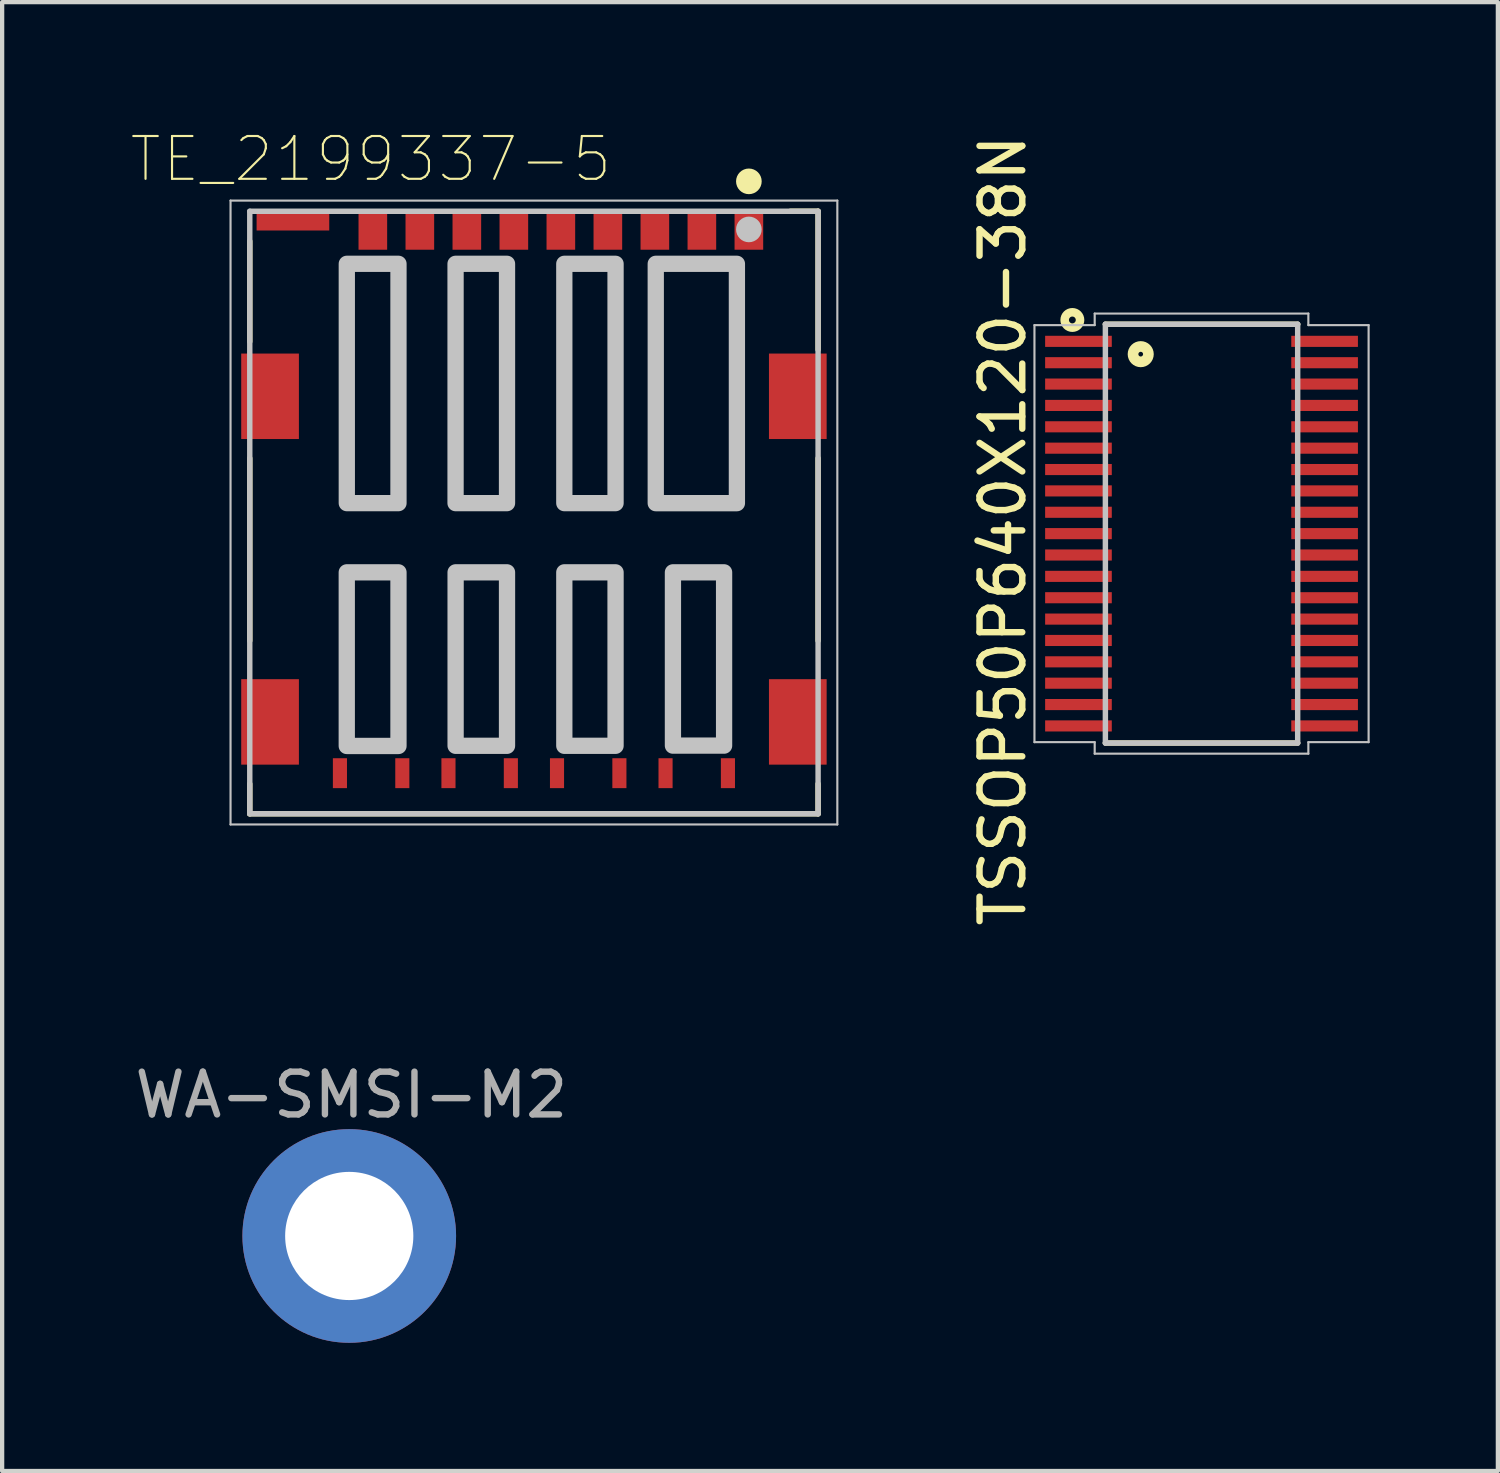
<source format=kicad_pcb>
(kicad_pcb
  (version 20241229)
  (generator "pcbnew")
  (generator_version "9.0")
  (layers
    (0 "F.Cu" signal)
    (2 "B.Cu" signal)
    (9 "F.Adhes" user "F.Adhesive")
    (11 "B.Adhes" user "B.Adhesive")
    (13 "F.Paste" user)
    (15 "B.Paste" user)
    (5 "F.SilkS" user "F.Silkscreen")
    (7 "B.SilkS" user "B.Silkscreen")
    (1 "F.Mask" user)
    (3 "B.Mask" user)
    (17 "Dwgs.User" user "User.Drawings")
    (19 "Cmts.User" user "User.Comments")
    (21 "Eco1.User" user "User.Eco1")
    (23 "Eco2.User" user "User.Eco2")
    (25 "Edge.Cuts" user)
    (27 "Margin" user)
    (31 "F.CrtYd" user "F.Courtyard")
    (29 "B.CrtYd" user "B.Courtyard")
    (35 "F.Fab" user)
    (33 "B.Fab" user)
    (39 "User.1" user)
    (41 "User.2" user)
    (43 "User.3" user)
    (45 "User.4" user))
  (footprint "TE_2199337-5"
    (layer "F.Cu")
    (at 9.445 8.944)
    (property "Reference" "TE_2199337-5" (at -3.817 -8.27 0) (layer "F.SilkS") (effects (font (size 1.002 1.002) (thickness 0.05))))
    (attr smd)
    (fp_poly (pts (xy -6.49 -7.1) (xy -4.79 -7.1) (xy -4.79 -6.6) (xy -6.49 -6.6)) (stroke (width 0.0001) (type solid)) (fill yes) (layer "F.Cu"))
    (fp_poly (pts (xy -4.705 5.75) (xy -4.375 5.75) (xy -4.375 6.45) (xy -4.705 6.45)) (stroke (width 0.0001) (type solid)) (fill yes) (layer "F.Cu"))
    (fp_poly (pts (xy -3.245 5.75) (xy -2.915 5.75) (xy -2.915 6.45) (xy -3.245 6.45)) (stroke (width 0.0001) (type solid)) (fill yes) (layer "F.Cu"))
    (fp_poly (pts (xy -2.165 5.75) (xy -1.835 5.75) (xy -1.835 6.45) (xy -2.165 6.45)) (stroke (width 0.0001) (type solid)) (fill yes) (layer "F.Cu"))
    (fp_poly (pts (xy -0.705 5.75) (xy -0.375 5.75) (xy -0.375 6.45) (xy -0.705 6.45)) (stroke (width 0.0001) (type solid)) (fill yes) (layer "F.Cu"))
    (fp_poly (pts (xy 0.375 5.75) (xy 0.705 5.75) (xy 0.705 6.45) (xy 0.375 6.45)) (stroke (width 0.0001) (type solid)) (fill yes) (layer "F.Cu"))
    (fp_poly (pts (xy 1.835 5.75) (xy 2.165 5.75) (xy 2.165 6.45) (xy 1.835 6.45)) (stroke (width 0.0001) (type solid)) (fill yes) (layer "F.Cu"))
    (fp_poly (pts (xy 2.915 5.75) (xy 3.245 5.75) (xy 3.245 6.45) (xy 2.915 6.45)) (stroke (width 0.0001) (type solid)) (fill yes) (layer "F.Cu"))
    (fp_poly (pts (xy 4.375 5.75) (xy 4.705 5.75) (xy 4.705 6.45) (xy 4.375 6.45)) (stroke (width 0.0001) (type solid)) (fill yes) (layer "F.Cu"))
    (fp_poly (pts (xy -6.605 -7.2) (xy -4.69 -7.2) (xy -4.69 -6.514) (xy -6.605 -6.514)) (stroke (width 0.381) (type solid)) (fill yes) (layer "F.Mask"))
    (fp_poly (pts (xy -4.813 5.65) (xy -4.275 5.65) (xy -4.275 6.561) (xy -4.813 6.561)) (stroke (width 0.381) (type solid)) (fill yes) (layer "F.Mask"))
    (fp_poly (pts (xy -3.349 5.65) (xy -2.815 5.65) (xy -2.815 6.559) (xy -3.349 6.559)) (stroke (width 0.381) (type solid)) (fill yes) (layer "F.Mask"))
    (fp_poly (pts (xy -2.269 5.65) (xy -1.735 5.65) (xy -1.735 6.562) (xy -2.269 6.562)) (stroke (width 0.381) (type solid)) (fill yes) (layer "F.Mask"))
    (fp_poly (pts (xy -0.806 5.65) (xy -0.275 5.65) (xy -0.275 6.557) (xy -0.806 6.557)) (stroke (width 0.381) (type solid)) (fill yes) (layer "F.Mask"))
    (fp_poly (pts (xy 0.276 5.65) (xy 0.805 5.65) (xy 0.805 6.574) (xy 0.276 6.574)) (stroke (width 0.381) (type solid)) (fill yes) (layer "F.Mask"))
    (fp_poly (pts (xy 1.738 5.65) (xy 2.265 5.65) (xy 2.265 6.561) (xy 1.738 6.561)) (stroke (width 0.381) (type solid)) (fill yes) (layer "F.Mask"))
    (fp_poly (pts (xy 2.818 5.65) (xy 3.345 5.65) (xy 3.345 6.558) (xy 2.818 6.558)) (stroke (width 0.381) (type solid)) (fill yes) (layer "F.Mask"))
    (fp_poly (pts (xy 4.28 5.65) (xy 4.805 5.65) (xy 4.805 6.557) (xy 4.28 6.557)) (stroke (width 0.381) (type solid)) (fill yes) (layer "F.Mask"))
    (fp_line (start -6.65 -4) (end -6.65 -6.35) (stroke (width 0.127) (type solid)) (layer "F.SilkS"))
    (fp_line (start -6.65 3) (end -6.65 -1.27) (stroke (width 0.127) (type solid)) (layer "F.SilkS"))
    (fp_line (start -6.65 7.05) (end -6.65 6.35) (stroke (width 0.127) (type solid)) (layer "F.SilkS"))
    (fp_line (start -6.65 7.05) (end 6.65 7.05) (stroke (width 0.127) (type solid)) (layer "F.SilkS"))
    (fp_line (start 6.65 -7.05) (end 6 -7.05) (stroke (width 0.127) (type solid)) (layer "F.SilkS"))
    (fp_line (start 6.65 -3.81) (end 6.65 -7.05) (stroke (width 0.127) (type solid)) (layer "F.SilkS"))
    (fp_line (start 6.65 3) (end 6.65 -1.27) (stroke (width 0.127) (type solid)) (layer "F.SilkS"))
    (fp_line (start 6.65 7.05) (end 6.65 6.35) (stroke (width 0.127) (type solid)) (layer "F.SilkS"))
    (fp_circle (center 5.03 -7.75) (end 5.18 -7.75) (stroke (width 0.3) (type solid)) (fill no) (layer "F.SilkS"))
    (fp_poly (pts (xy -6.49 -7.1) (xy -4.79 -7.1) (xy -4.79 -6.6) (xy -6.49 -6.6)) (stroke (width 0.0001) (type solid)) (fill yes) (layer "F.Paste"))
    (fp_poly (pts (xy -4.705 5.75) (xy -4.375 5.75) (xy -4.375 6.45) (xy -4.705 6.45)) (stroke (width 0.0001) (type solid)) (fill yes) (layer "F.Paste"))
    (fp_poly (pts (xy -3.245 5.75) (xy -2.915 5.75) (xy -2.915 6.45) (xy -3.245 6.45)) (stroke (width 0.0001) (type solid)) (fill yes) (layer "F.Paste"))
    (fp_poly (pts (xy -2.165 5.75) (xy -1.835 5.75) (xy -1.835 6.45) (xy -2.165 6.45)) (stroke (width 0.0001) (type solid)) (fill yes) (layer "F.Paste"))
    (fp_poly (pts (xy -0.705 5.75) (xy -0.375 5.75) (xy -0.375 6.45) (xy -0.705 6.45)) (stroke (width 0.0001) (type solid)) (fill yes) (layer "F.Paste"))
    (fp_poly (pts (xy 0.375 5.75) (xy 0.705 5.75) (xy 0.705 6.45) (xy 0.375 6.45)) (stroke (width 0.0001) (type solid)) (fill yes) (layer "F.Paste"))
    (fp_poly (pts (xy 1.835 5.75) (xy 2.165 5.75) (xy 2.165 6.45) (xy 1.835 6.45)) (stroke (width 0.0001) (type solid)) (fill yes) (layer "F.Paste"))
    (fp_poly (pts (xy 2.915 5.75) (xy 3.245 5.75) (xy 3.245 6.45) (xy 2.915 6.45)) (stroke (width 0.0001) (type solid)) (fill yes) (layer "F.Paste"))
    (fp_poly (pts (xy 4.375 5.75) (xy 4.705 5.75) (xy 4.705 6.45) (xy 4.375 6.45)) (stroke (width 0.0001) (type solid)) (fill yes) (layer "F.Paste"))
    (fp_line (start -7.1 -7.3) (end 7.1 -7.3) (stroke (width 0.05) (type solid)) (layer "Dwgs.User"))
    (fp_line (start -7.1 7.3) (end -7.1 -7.3) (stroke (width 0.05) (type solid)) (layer "Dwgs.User"))
    (fp_line (start -6.65 -7.05) (end 6.65 -7.05) (stroke (width 0.127) (type solid)) (layer "Dwgs.User"))
    (fp_line (start -6.65 7.05) (end -6.65 -7.05) (stroke (width 0.127) (type solid)) (layer "Dwgs.User"))
    (fp_line (start 6.65 -7.05) (end 6.65 7.05) (stroke (width 0.127) (type solid)) (layer "Dwgs.User"))
    (fp_line (start 6.65 7.05) (end -6.65 7.05) (stroke (width 0.127) (type solid)) (layer "Dwgs.User"))
    (fp_line (start 7.1 -7.3) (end 7.1 7.3) (stroke (width 0.05) (type solid)) (layer "Dwgs.User"))
    (fp_line (start 7.1 7.3) (end -7.1 7.3) (stroke (width 0.05) (type solid)) (layer "Dwgs.User"))
    (fp_circle (center 5.03 -6.625) (end 5.18 -6.625) (stroke (width 0.3) (type solid)) (fill no) (layer "Dwgs.User"))
    (fp_poly (pts (xy -4.38 1.4) (xy -3.17 1.4) (xy -3.17 5.463) (xy -4.38 5.463)) (stroke (width 0.381) (type solid)) (fill no) (layer "Dwgs.User"))
    (fp_poly (pts (xy -4.379 -5.82) (xy -3.17 -5.82) (xy -3.17 -0.22) (xy -4.379 -0.22)) (stroke (width 0.381) (type solid)) (fill no) (layer "Dwgs.User"))
    (fp_poly (pts (xy -1.834 -5.82) (xy -0.63 -5.82) (xy -0.63 -0.22) (xy -1.834 -0.22)) (stroke (width 0.381) (type solid)) (fill no) (layer "Dwgs.User"))
    (fp_poly (pts (xy -1.833 1.4) (xy -0.63 1.4) (xy -0.63 5.459) (xy -1.833 5.459)) (stroke (width 0.381) (type solid)) (fill no) (layer "Dwgs.User"))
    (fp_poly (pts (xy 0.711 -5.82) (xy 1.91 -5.82) (xy 1.91 -0.22) (xy 0.711 -0.22)) (stroke (width 0.381) (type solid)) (fill no) (layer "Dwgs.User"))
    (fp_poly (pts (xy 0.711 1.4) (xy 1.91 1.4) (xy 1.91 5.459) (xy 0.711 5.459)) (stroke (width 0.381) (type solid)) (fill no) (layer "Dwgs.User"))
    (fp_poly (pts (xy 2.851 -5.82) (xy 4.75 -5.82) (xy 4.75 -0.219) (xy 2.851 -0.219)) (stroke (width 0.381) (type solid)) (fill no) (layer "Dwgs.User"))
    (fp_poly (pts (xy 3.253 1.4) (xy 4.45 1.4) (xy 4.45 5.455) (xy 3.253 5.455)) (stroke (width 0.381) (type solid)) (fill no) (layer "Dwgs.User"))
    (pad "1" smd rect (at 5.03 -6.625) (size 0.67 0.95) (layers "F.Cu" "F.Mask" "F.Paste"))
    (pad "2" smd rect (at 1.73 -6.625) (size 0.67 0.95) (layers "F.Cu" "F.Mask" "F.Paste"))
    (pad "3" smd rect (at -0.47 -6.625) (size 0.67 0.95) (layers "F.Cu" "F.Mask" "F.Paste"))
    (pad "4" smd rect (at -2.67 -6.625) (size 0.67 0.95) (layers "F.Cu" "F.Mask" "F.Paste"))
    (pad "5" smd rect (at -6.175 -2.72) (size 1.35 2) (layers "F.Cu" "F.Mask" "F.Paste"))
    (pad "5" smd rect (at -6.175 4.9) (size 1.35 2) (layers "F.Cu" "F.Mask" "F.Paste"))
    (pad "5" smd rect (at 3.93 -6.625) (size 0.67 0.95) (layers "F.Cu" "F.Mask" "F.Paste"))
    (pad "5" smd rect (at 6.175 -2.72) (size 1.35 2) (layers "F.Cu" "F.Mask" "F.Paste"))
    (pad "5" smd rect (at 6.175 4.9) (size 1.35 2) (layers "F.Cu" "F.Mask" "F.Paste"))
    (pad "6" smd rect (at 0.63 -6.625) (size 0.67 0.95) (layers "F.Cu" "F.Mask" "F.Paste"))
    (pad "7" smd rect (at -1.57 -6.625) (size 0.67 0.95) (layers "F.Cu" "F.Mask" "F.Paste"))
    (pad "8" smd rect (at -3.77 -6.625) (size 0.67 0.95) (layers "F.Cu" "F.Mask" "F.Paste"))
    (pad "9" smd rect (at 2.83 -6.625) (size 0.67 0.95) (layers "F.Cu" "F.Mask" "F.Paste")))
  (footprint "TSSOP50P640X120-38N"
    (layer "F.Cu")
    (at 25.068 9.438)
    (property "Reference" "TSSOP50P640X120-38N" (at -4.65 -0.075 90) (layer "F.SilkS") (effects (font (size 1 1) (thickness 0.15))))
    (attr smd)
    (fp_line (start -2.25 -4.9) (end 2.25 -4.9) (stroke (width 0.127) (type solid)) (layer "F.SilkS"))
    (fp_line (start 2.25 4.9) (end -2.25 4.9) (stroke (width 0.127) (type solid)) (layer "F.SilkS"))
    (fp_circle (center -3.023 -5) (end -2.943 -5) (stroke (width 0.2) (type solid)) (fill no) (layer "F.SilkS"))
    (fp_circle (center -1.423 -4.2) (end -1.243 -4.2) (stroke (width 0.25) (type solid)) (fill no) (layer "F.SilkS"))
    (fp_line (start -3.91 -4.88) (end -2.5 -4.88) (stroke (width 0.05) (type solid)) (layer "Dwgs.User"))
    (fp_line (start -3.91 4.88) (end -3.91 -4.88) (stroke (width 0.05) (type solid)) (layer "Dwgs.User"))
    (fp_line (start -2.5 -5.15) (end 2.5 -5.15) (stroke (width 0.05) (type solid)) (layer "Dwgs.User"))
    (fp_line (start -2.5 -4.88) (end -2.5 -5.15) (stroke (width 0.05) (type solid)) (layer "Dwgs.User"))
    (fp_line (start -2.5 4.88) (end -3.91 4.88) (stroke (width 0.05) (type solid)) (layer "Dwgs.User"))
    (fp_line (start -2.5 5.15) (end -2.5 4.88) (stroke (width 0.05) (type solid)) (layer "Dwgs.User"))
    (fp_line (start -2.25 -4.9) (end 2.25 -4.9) (stroke (width 0.127) (type solid)) (layer "Dwgs.User"))
    (fp_line (start -2.25 4.9) (end -2.25 -4.9) (stroke (width 0.127) (type solid)) (layer "Dwgs.User"))
    (fp_line (start 2.25 -4.9) (end 2.25 4.9) (stroke (width 0.127) (type solid)) (layer "Dwgs.User"))
    (fp_line (start 2.25 4.9) (end -2.25 4.9) (stroke (width 0.127) (type solid)) (layer "Dwgs.User"))
    (fp_line (start 2.5 -5.15) (end 2.5 -4.88) (stroke (width 0.05) (type solid)) (layer "Dwgs.User"))
    (fp_line (start 2.5 -4.88) (end 3.91 -4.88) (stroke (width 0.05) (type solid)) (layer "Dwgs.User"))
    (fp_line (start 2.5 4.88) (end 2.5 5.15) (stroke (width 0.05) (type solid)) (layer "Dwgs.User"))
    (fp_line (start 2.5 5.15) (end -2.5 5.15) (stroke (width 0.05) (type solid)) (layer "Dwgs.User"))
    (fp_line (start 3.91 -4.88) (end 3.91 4.88) (stroke (width 0.05) (type solid)) (layer "Dwgs.User"))
    (fp_line (start 3.91 4.88) (end 2.5 4.88) (stroke (width 0.05) (type solid)) (layer "Dwgs.User"))
    (pad "1" smd rect (at -2.88 -4.5) (size 1.56 0.26) (layers "F.Cu" "F.Mask" "F.Paste"))
    (pad "2" smd rect (at -2.88 -4) (size 1.56 0.26) (layers "F.Cu" "F.Mask" "F.Paste"))
    (pad "3" smd rect (at -2.88 -3.5) (size 1.56 0.26) (layers "F.Cu" "F.Mask" "F.Paste"))
    (pad "4" smd rect (at -2.88 -3) (size 1.56 0.26) (layers "F.Cu" "F.Mask" "F.Paste"))
    (pad "5" smd rect (at -2.88 -2.5) (size 1.56 0.26) (layers "F.Cu" "F.Mask" "F.Paste"))
    (pad "6" smd rect (at -2.88 -2) (size 1.56 0.26) (layers "F.Cu" "F.Mask" "F.Paste"))
    (pad "7" smd rect (at -2.88 -1.5) (size 1.56 0.26) (layers "F.Cu" "F.Mask" "F.Paste"))
    (pad "8" smd rect (at -2.88 -1) (size 1.56 0.26) (layers "F.Cu" "F.Mask" "F.Paste"))
    (pad "9" smd rect (at -2.88 -0.5) (size 1.56 0.26) (layers "F.Cu" "F.Mask" "F.Paste"))
    (pad "10" smd rect (at -2.88 0) (size 1.56 0.26) (layers "F.Cu" "F.Mask" "F.Paste"))
    (pad "11" smd rect (at -2.88 0.5) (size 1.56 0.26) (layers "F.Cu" "F.Mask" "F.Paste"))
    (pad "12" smd rect (at -2.88 1) (size 1.56 0.26) (layers "F.Cu" "F.Mask" "F.Paste"))
    (pad "13" smd rect (at -2.88 1.5) (size 1.56 0.26) (layers "F.Cu" "F.Mask" "F.Paste"))
    (pad "14" smd rect (at -2.88 2) (size 1.56 0.26) (layers "F.Cu" "F.Mask" "F.Paste"))
    (pad "15" smd rect (at -2.88 2.5) (size 1.56 0.26) (layers "F.Cu" "F.Mask" "F.Paste"))
    (pad "16" smd rect (at -2.88 3) (size 1.56 0.26) (layers "F.Cu" "F.Mask" "F.Paste"))
    (pad "17" smd rect (at -2.88 3.5) (size 1.56 0.26) (layers "F.Cu" "F.Mask" "F.Paste"))
    (pad "18" smd rect (at -2.88 4) (size 1.56 0.26) (layers "F.Cu" "F.Mask" "F.Paste"))
    (pad "19" smd rect (at -2.88 4.5) (size 1.56 0.26) (layers "F.Cu" "F.Mask" "F.Paste"))
    (pad "20" smd rect (at 2.88 4.5 180) (size 1.56 0.26) (layers "F.Cu" "F.Mask" "F.Paste"))
    (pad "21" smd rect (at 2.88 4 180) (size 1.56 0.26) (layers "F.Cu" "F.Mask" "F.Paste"))
    (pad "22" smd rect (at 2.88 3.5 180) (size 1.56 0.26) (layers "F.Cu" "F.Mask" "F.Paste"))
    (pad "23" smd rect (at 2.88 3 180) (size 1.56 0.26) (layers "F.Cu" "F.Mask" "F.Paste"))
    (pad "24" smd rect (at 2.88 2.5 180) (size 1.56 0.26) (layers "F.Cu" "F.Mask" "F.Paste"))
    (pad "25" smd rect (at 2.88 2 180) (size 1.56 0.26) (layers "F.Cu" "F.Mask" "F.Paste"))
    (pad "26" smd rect (at 2.88 1.5 180) (size 1.56 0.26) (layers "F.Cu" "F.Mask" "F.Paste"))
    (pad "27" smd rect (at 2.88 1 180) (size 1.56 0.26) (layers "F.Cu" "F.Mask" "F.Paste"))
    (pad "28" smd rect (at 2.88 0.5 180) (size 1.56 0.26) (layers "F.Cu" "F.Mask" "F.Paste"))
    (pad "29" smd rect (at 2.88 0 180) (size 1.56 0.26) (layers "F.Cu" "F.Mask" "F.Paste"))
    (pad "30" smd rect (at 2.88 -0.5 180) (size 1.56 0.26) (layers "F.Cu" "F.Mask" "F.Paste"))
    (pad "31" smd rect (at 2.88 -1 180) (size 1.56 0.26) (layers "F.Cu" "F.Mask" "F.Paste"))
    (pad "32" smd rect (at 2.88 -1.5 180) (size 1.56 0.26) (layers "F.Cu" "F.Mask" "F.Paste"))
    (pad "33" smd rect (at 2.88 -2 180) (size 1.56 0.26) (layers "F.Cu" "F.Mask" "F.Paste"))
    (pad "34" smd rect (at 2.88 -2.5 180) (size 1.56 0.26) (layers "F.Cu" "F.Mask" "F.Paste"))
    (pad "35" smd rect (at 2.88 -3 180) (size 1.56 0.26) (layers "F.Cu" "F.Mask" "F.Paste"))
    (pad "36" smd rect (at 2.88 -3.5 180) (size 1.56 0.26) (layers "F.Cu" "F.Mask" "F.Paste"))
    (pad "37" smd rect (at 2.88 -4 180) (size 1.56 0.26) (layers "F.Cu" "F.Mask" "F.Paste"))
    (pad "38" smd rect (at 2.88 -4.5 180) (size 1.56 0.26) (layers "F.Cu" "F.Mask" "F.Paste")))
  (footprint "WA-SMSI-M2"
    (layer "F.Cu")
    (at 5.123 25.874)
    (property "Reference" "WA-SMSI-M2" (at 0.05 -3.3 0) (layer "F.Fab") (effects (font (size 1 1) (thickness 0.15))))
    (attr through_hole)
    (fp_arc (start -1.900342 -0.600104) (mid -1.411908 -1.411844) (end -0.6 -1.9) (stroke (width 0.9) (type solid)) (layer "F.Paste"))
    (fp_arc (start -0.600104 1.900342) (mid -1.411844 1.411908) (end -1.9 0.6) (stroke (width 0.9) (type solid)) (layer "F.Paste"))
    (fp_arc (start 0.600104 -1.900342) (mid 1.411844 -1.411908) (end 1.9 -0.6) (stroke (width 0.9) (type solid)) (layer "F.Paste"))
    (fp_arc (start 1.900342 0.600104) (mid 1.411908 1.411844) (end 0.6 1.9) (stroke (width 0.9) (type solid)) (layer "F.Paste"))
    (pad "1" thru_hole circle (at 0 0) (size 5 5) (drill 3) (layers "*.Cu" "*.Mask")))
  (gr_rect
    (start -3 -3)
    (end 32.003 31.374)
    (stroke (width 0.1) (type default))
    (fill no)
    (layer "Edge.Cuts")))
</source>
